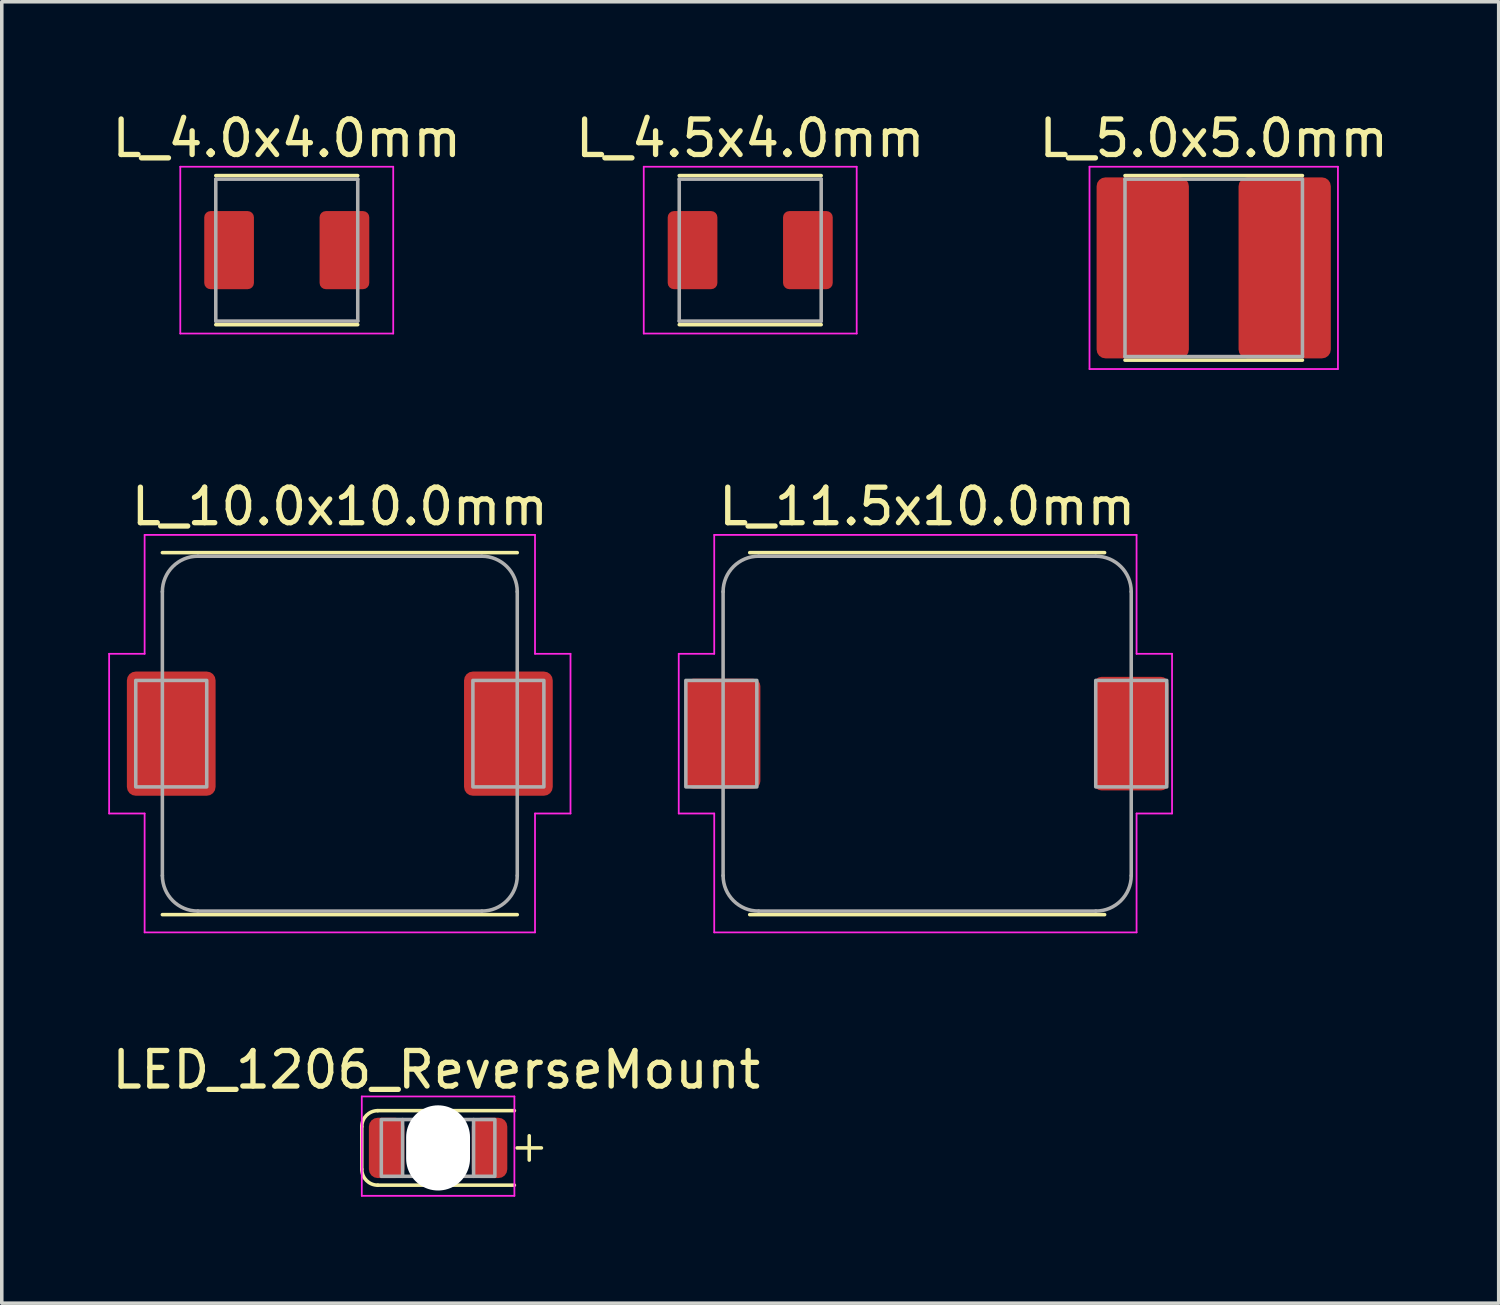
<source format=kicad_pcb>
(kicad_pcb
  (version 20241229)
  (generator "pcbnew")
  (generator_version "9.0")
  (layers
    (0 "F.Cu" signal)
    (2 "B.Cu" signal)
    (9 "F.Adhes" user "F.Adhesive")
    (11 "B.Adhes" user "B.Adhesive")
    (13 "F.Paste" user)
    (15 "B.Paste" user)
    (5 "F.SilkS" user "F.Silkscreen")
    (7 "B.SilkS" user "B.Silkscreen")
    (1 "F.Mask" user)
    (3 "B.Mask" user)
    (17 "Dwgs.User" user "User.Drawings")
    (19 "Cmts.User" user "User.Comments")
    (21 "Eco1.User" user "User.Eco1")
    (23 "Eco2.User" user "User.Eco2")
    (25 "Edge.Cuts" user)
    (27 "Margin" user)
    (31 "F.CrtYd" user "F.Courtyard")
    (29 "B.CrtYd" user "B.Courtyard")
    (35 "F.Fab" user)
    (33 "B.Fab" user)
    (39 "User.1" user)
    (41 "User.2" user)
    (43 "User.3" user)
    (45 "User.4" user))
  (footprint "L_4.5x4.0mm"
    (layer "F.Cu")
    (at 18.089 3.998)
    (property "Reference" "L_4.5x4.0mm" (at 0 -3.15 0) (layer "F.SilkS") (effects (font (size 1 1) (thickness 0.15))))
    (attr smd)
    (fp_line (start -2 2.1) (end 2 2.1) (stroke (width 0.1) (type solid)) (layer "F.SilkS"))
    (fp_line (start 2 -2.1) (end -2 -2.1) (stroke (width 0.1) (type solid)) (layer "F.SilkS"))
    (fp_line (start -3 -2.35) (end -3 2.35) (stroke (width 0.05) (type solid)) (layer "F.CrtYd"))
    (fp_line (start -3 2.35) (end 3 2.35) (stroke (width 0.05) (type solid)) (layer "F.CrtYd"))
    (fp_line (start 3 -2.35) (end -3 -2.35) (stroke (width 0.05) (type solid)) (layer "F.CrtYd"))
    (fp_line (start 3 2.35) (end 3 -2.35) (stroke (width 0.05) (type solid)) (layer "F.CrtYd"))
    (fp_line (start -2 -2) (end 2 -2) (stroke (width 0.1) (type solid)) (layer "F.Fab"))
    (fp_line (start -2 2) (end -2 -2) (stroke (width 0.1) (type solid)) (layer "F.Fab"))
    (fp_line (start 2 2) (end -2 2) (stroke (width 0.1) (type solid)) (layer "F.Fab"))
    (fp_line (start 2 2) (end 2 -2) (stroke (width 0.1) (type solid)) (layer "F.Fab"))
    (pad "1" smd roundrect (at -1.625 0) (size 1.4 2.2) (layers "F.Cu" "F.Mask" "F.Paste") (roundrect_rratio 0.125))
    (pad "2" smd roundrect (at 1.625 0) (size 1.4 2.2) (layers "F.Cu" "F.Mask" "F.Paste") (roundrect_rratio 0.125)))
  (footprint "L_10.0x10.0mm"
    (layer "F.Cu")
    (at 6.525 17.622)
    (property "Reference" "L_10.0x10.0mm" (at 0 -6.4 0) (layer "F.SilkS") (effects (font (size 1 1) (thickness 0.15))))
    (attr smd)
    (fp_line (start -5 -5.1) (end 5 -5.1) (stroke (width 0.1) (type solid)) (layer "F.SilkS"))
    (fp_line (start -5 5.1) (end 5 5.1) (stroke (width 0.1) (type solid)) (layer "F.SilkS"))
    (fp_line (start -6.5 -2.25) (end -5.5 -2.25) (stroke (width 0.05) (type solid)) (layer "F.CrtYd"))
    (fp_line (start -6.5 2.25) (end -6.5 -2.25) (stroke (width 0.05) (type solid)) (layer "F.CrtYd"))
    (fp_line (start -6.5 2.25) (end -5.5 2.25) (stroke (width 0.05) (type solid)) (layer "F.CrtYd"))
    (fp_line (start -5.5 -5.6) (end 5.5 -5.6) (stroke (width 0.05) (type solid)) (layer "F.CrtYd"))
    (fp_line (start -5.5 -2.25) (end -5.5 -5.6) (stroke (width 0.05) (type solid)) (layer "F.CrtYd"))
    (fp_line (start -5.5 5.6) (end -5.5 2.25) (stroke (width 0.05) (type solid)) (layer "F.CrtYd"))
    (fp_line (start 5.5 -5.6) (end 5.5 -2.25) (stroke (width 0.05) (type solid)) (layer "F.CrtYd"))
    (fp_line (start 5.5 2.25) (end 5.5 5.6) (stroke (width 0.05) (type solid)) (layer "F.CrtYd"))
    (fp_line (start 5.5 5.6) (end -5.5 5.6) (stroke (width 0.05) (type solid)) (layer "F.CrtYd"))
    (fp_line (start 6.5 -2.25) (end 5.5 -2.25) (stroke (width 0.05) (type solid)) (layer "F.CrtYd"))
    (fp_line (start 6.5 -2.25) (end 6.5 2.25) (stroke (width 0.05) (type solid)) (layer "F.CrtYd"))
    (fp_line (start 6.5 2.25) (end 5.5 2.25) (stroke (width 0.05) (type solid)) (layer "F.CrtYd"))
    (fp_line (start -5 4) (end -5 -4) (stroke (width 0.1) (type solid)) (layer "F.Fab"))
    (fp_line (start -4 -5) (end 4 -5) (stroke (width 0.1) (type solid)) (layer "F.Fab"))
    (fp_line (start 4 5) (end -4 5) (stroke (width 0.1) (type solid)) (layer "F.Fab"))
    (fp_line (start 5 4) (end 5 -4) (stroke (width 0.1) (type solid)) (layer "F.Fab"))
    (fp_arc (start -5 -4) (mid -4.707107 -4.707107) (end -4 -5) (stroke (width 0.1) (type solid)) (layer "F.Fab"))
    (fp_arc (start -4 5) (mid -4.707107 4.707107) (end -5 4) (stroke (width 0.1) (type solid)) (layer "F.Fab"))
    (fp_arc (start 4 -5) (mid 4.707107 -4.707107) (end 5 -4) (stroke (width 0.1) (type solid)) (layer "F.Fab"))
    (fp_arc (start 5 4) (mid 4.707107 4.707107) (end 4 5) (stroke (width 0.1) (type solid)) (layer "F.Fab"))
    (fp_poly (pts (xy -3.75 1.5) (xy -5.75 1.5) (xy -5.75 -1.5) (xy -3.75 -1.5)) (stroke (width 0.1) (type solid)) (fill no) (layer "F.Fab"))
    (fp_poly (pts (xy 3.75 -1.5) (xy 5.75 -1.5) (xy 5.75 1.5) (xy 3.75 1.5)) (stroke (width 0.1) (type solid)) (fill no) (layer "F.Fab"))
    (pad "1" smd roundrect (at -4.75 0) (size 2.5 3.5) (layers "F.Cu" "F.Mask" "F.Paste") (roundrect_rratio 0.1))
    (pad "2" smd roundrect (at 4.75 0) (size 2.5 3.5) (layers "F.Cu" "F.Mask" "F.Paste") (roundrect_rratio 0.1)))
  (footprint "L_4.0x4.0mm"
    (layer "F.Cu")
    (at 5.03 3.998)
    (property "Reference" "L_4.0x4.0mm" (at 0 -3.15 0) (layer "F.SilkS") (effects (font (size 1 1) (thickness 0.15))))
    (attr smd)
    (fp_line (start -2 2.1) (end 2 2.1) (stroke (width 0.1) (type solid)) (layer "F.SilkS"))
    (fp_line (start 2 -2.1) (end -2 -2.1) (stroke (width 0.1) (type solid)) (layer "F.SilkS"))
    (fp_line (start -3 -2.35) (end -3 2.35) (stroke (width 0.05) (type solid)) (layer "F.CrtYd"))
    (fp_line (start -3 2.35) (end 3 2.35) (stroke (width 0.05) (type solid)) (layer "F.CrtYd"))
    (fp_line (start 3 -2.35) (end -3 -2.35) (stroke (width 0.05) (type solid)) (layer "F.CrtYd"))
    (fp_line (start 3 2.35) (end 3 -2.35) (stroke (width 0.05) (type solid)) (layer "F.CrtYd"))
    (fp_line (start -2 -2) (end 2 -2) (stroke (width 0.1) (type solid)) (layer "F.Fab"))
    (fp_line (start -2 2) (end -2 -2) (stroke (width 0.1) (type solid)) (layer "F.Fab"))
    (fp_line (start 2 2) (end -2 2) (stroke (width 0.1) (type solid)) (layer "F.Fab"))
    (fp_line (start 2 2) (end 2 -2) (stroke (width 0.1) (type solid)) (layer "F.Fab"))
    (pad "1" smd roundrect (at -1.625 0) (size 1.4 2.2) (layers "F.Cu" "F.Mask" "F.Paste") (roundrect_rratio 0.125))
    (pad "2" smd roundrect (at 1.625 0) (size 1.4 2.2) (layers "F.Cu" "F.Mask" "F.Paste") (roundrect_rratio 0.125)))
  (footprint "LED_1206_ReverseMount"
    (layer "F.Cu")
    (at 9.294 29.295)
    (property "Reference" "LED_1206_ReverseMount" (at -0.05 -2.2 0) (layer "F.SilkS") (effects (font (size 1 1) (thickness 0.15))))
    (attr smd)
    (fp_line (start -2.15 -0.6) (end -2.15 0.6) (stroke (width 0.1) (type solid)) (layer "F.SilkS"))
    (fp_line (start -1.7 -1.05) (end 2.15 -1.05) (stroke (width 0.1) (type solid)) (layer "F.SilkS"))
    (fp_line (start 2.15 1.05) (end -1.7 1.05) (stroke (width 0.1) (type solid)) (layer "F.SilkS"))
    (fp_arc (start -2.15 -0.6) (mid -2.018198 -0.918198) (end -1.7 -1.05) (stroke (width 0.1) (type solid)) (layer "F.SilkS"))
    (fp_arc (start -1.7 1.05) (mid -2.018198 0.918198) (end -2.15 0.6) (stroke (width 0.1) (type solid)) (layer "F.SilkS"))
    (fp_line (start -2.15 -1.45) (end 2.15 -1.45) (stroke (width 0.05) (type solid)) (layer "F.CrtYd"))
    (fp_line (start -2.15 1.35) (end -2.15 -1.45) (stroke (width 0.05) (type solid)) (layer "F.CrtYd"))
    (fp_line (start 2.15 -1.45) (end 2.15 1.35) (stroke (width 0.05) (type solid)) (layer "F.CrtYd"))
    (fp_line (start 2.15 1.35) (end -2.15 1.35) (stroke (width 0.05) (type solid)) (layer "F.CrtYd"))
    (fp_line (start 1 -0.8) (end -1 -0.8) (stroke (width 0.1) (type solid)) (layer "F.Fab"))
    (fp_line (start 1 0.8) (end -1 0.8) (stroke (width 0.1) (type solid)) (layer "F.Fab"))
    (fp_poly (pts (xy -1 0.8) (xy -1.6 0.8) (xy -1.6 -0.8) (xy -1 -0.8)) (stroke (width 0.1) (type solid)) (fill no) (layer "F.Fab"))
    (fp_poly (pts (xy 1.6 0.8) (xy 1 0.8) (xy 1 -0.8) (xy 1.6 -0.8)) (stroke (width 0.1) (type solid)) (fill no) (layer "F.Fab"))
    (fp_text user "+" (at 2.5 0 90) (layer "F.SilkS") (effects (font (size 0.9 0.9) (thickness 0.1))))
    (pad "" np_thru_hole oval (at 0 0) (size 1.8 2.4) (drill oval 1.8 2.4) (layers "*.Cu" "*.Mask"))
    (pad "1" smd roundrect (at -1.45 0) (size 1 1.7) (layers "F.Cu" "F.Mask" "F.Paste") (roundrect_rratio 0.25))
    (pad "2" smd roundrect (at 1.45 0) (size 1 1.7) (layers "F.Cu" "F.Mask" "F.Paste") (roundrect_rratio 0.25)))
  (footprint "L_5.0x5.0mm"
    (layer "F.Cu")
    (at 31.149 4.498)
    (property "Reference" "L_5.0x5.0mm" (at 0 -3.65 0) (layer "F.SilkS") (effects (font (size 1 1) (thickness 0.15))))
    (attr smd)
    (fp_line (start -2.5 2.6) (end 2.5 2.6) (stroke (width 0.1) (type solid)) (layer "F.SilkS"))
    (fp_line (start 2.5 -2.6) (end -2.5 -2.6) (stroke (width 0.1) (type solid)) (layer "F.SilkS"))
    (fp_line (start -3.5 -2.85) (end -3.5 2.85) (stroke (width 0.05) (type solid)) (layer "F.CrtYd"))
    (fp_line (start -3.5 2.85) (end 3.5 2.85) (stroke (width 0.05) (type solid)) (layer "F.CrtYd"))
    (fp_line (start 3.5 -2.85) (end -3.5 -2.85) (stroke (width 0.05) (type solid)) (layer "F.CrtYd"))
    (fp_line (start 3.5 2.85) (end 3.5 -2.85) (stroke (width 0.05) (type solid)) (layer "F.CrtYd"))
    (fp_line (start -2.5 -2.5) (end 2.5 -2.5) (stroke (width 0.1) (type solid)) (layer "F.Fab"))
    (fp_line (start -2.5 2.5) (end -2.5 -2.5) (stroke (width 0.1) (type solid)) (layer "F.Fab"))
    (fp_line (start 2.5 2.5) (end -2.5 2.5) (stroke (width 0.1) (type solid)) (layer "F.Fab"))
    (fp_line (start 2.5 2.5) (end 2.5 -2.5) (stroke (width 0.1) (type solid)) (layer "F.Fab"))
    (pad "1" smd roundrect (at -2 0) (size 2.6 5.1) (layers "F.Cu" "F.Mask" "F.Paste") (roundrect_rratio 0.096))
    (pad "2" smd roundrect (at 2 0) (size 2.6 5.1) (layers "F.Cu" "F.Mask" "F.Paste") (roundrect_rratio 0.096)))
  (footprint "L_11.5x10.0mm"
    (layer "F.Cu")
    (at 23.075 17.622)
    (property "Reference" "L_11.5x10.0mm" (at 0 -6.4 0) (layer "F.SilkS") (effects (font (size 1 1) (thickness 0.15))))
    (attr smd)
    (fp_line (start -5 -5.1) (end 5 -5.1) (stroke (width 0.1) (type solid)) (layer "F.SilkS"))
    (fp_line (start -5 5.1) (end 5 5.1) (stroke (width 0.1) (type solid)) (layer "F.SilkS"))
    (fp_line (start -7 -2.25) (end -6 -2.25) (stroke (width 0.05) (type solid)) (layer "F.CrtYd"))
    (fp_line (start -7 2.25) (end -7 -2.25) (stroke (width 0.05) (type solid)) (layer "F.CrtYd"))
    (fp_line (start -7 2.25) (end -6 2.25) (stroke (width 0.05) (type solid)) (layer "F.CrtYd"))
    (fp_line (start -6 -5.6) (end 5.9 -5.6) (stroke (width 0.05) (type solid)) (layer "F.CrtYd"))
    (fp_line (start -6 -2.25) (end -6 -5.6) (stroke (width 0.05) (type solid)) (layer "F.CrtYd"))
    (fp_line (start -6 5.6) (end -6 2.25) (stroke (width 0.05) (type solid)) (layer "F.CrtYd"))
    (fp_line (start 5.9 -5.6) (end 5.9 -2.25) (stroke (width 0.05) (type solid)) (layer "F.CrtYd"))
    (fp_line (start 5.9 2.25) (end 5.9 5.6) (stroke (width 0.05) (type solid)) (layer "F.CrtYd"))
    (fp_line (start 5.9 5.6) (end -6 5.6) (stroke (width 0.05) (type solid)) (layer "F.CrtYd"))
    (fp_line (start 6.9 -2.25) (end 5.9 -2.25) (stroke (width 0.05) (type solid)) (layer "F.CrtYd"))
    (fp_line (start 6.9 -2.25) (end 6.9 2.25) (stroke (width 0.05) (type solid)) (layer "F.CrtYd"))
    (fp_line (start 6.9 2.25) (end 5.9 2.25) (stroke (width 0.05) (type solid)) (layer "F.CrtYd"))
    (fp_line (start -5.75 4) (end -5.75 -4) (stroke (width 0.1) (type solid)) (layer "F.Fab"))
    (fp_line (start -4.75 -5) (end 4.75 -5) (stroke (width 0.1) (type solid)) (layer "F.Fab"))
    (fp_line (start 4.75 5) (end -4.75 5) (stroke (width 0.1) (type solid)) (layer "F.Fab"))
    (fp_line (start 5.75 4) (end 5.75 -4) (stroke (width 0.1) (type solid)) (layer "F.Fab"))
    (fp_arc (start -5.75 -4) (mid -5.457107 -4.707107) (end -4.75 -5) (stroke (width 0.1) (type solid)) (layer "F.Fab"))
    (fp_arc (start -4.75 5) (mid -5.457107 4.707107) (end -5.75 4) (stroke (width 0.1) (type solid)) (layer "F.Fab"))
    (fp_arc (start 4.75 -5) (mid 5.457107 -4.707107) (end 5.75 -4) (stroke (width 0.1) (type solid)) (layer "F.Fab"))
    (fp_arc (start 5.75 4) (mid 5.457107 4.707107) (end 4.75 5) (stroke (width 0.1) (type solid)) (layer "F.Fab"))
    (fp_poly (pts (xy -4.8 1.5) (xy -6.8 1.5) (xy -6.8 -1.5) (xy -4.8 -1.5)) (stroke (width 0.1) (type solid)) (fill no) (layer "F.Fab"))
    (fp_poly (pts (xy 4.75 -1.5) (xy 6.75 -1.5) (xy 6.75 1.5) (xy 4.75 1.5)) (stroke (width 0.1) (type solid)) (fill no) (layer "F.Fab"))
    (pad "1" smd roundrect (at -5.75 0) (size 2.1 3.1) (layers "F.Cu" "F.Mask" "F.Paste") (roundrect_rratio 0.1))
    (pad "2" smd roundrect (at 5.75 0) (size 2.1 3.2) (layers "F.Cu" "F.Mask" "F.Paste") (roundrect_rratio 0.1)))
  (gr_rect
    (start -3 -3)
    (end 39.179 33.67)
    (stroke (width 0.1) (type default))
    (fill no)
    (layer "Edge.Cuts")))
</source>
